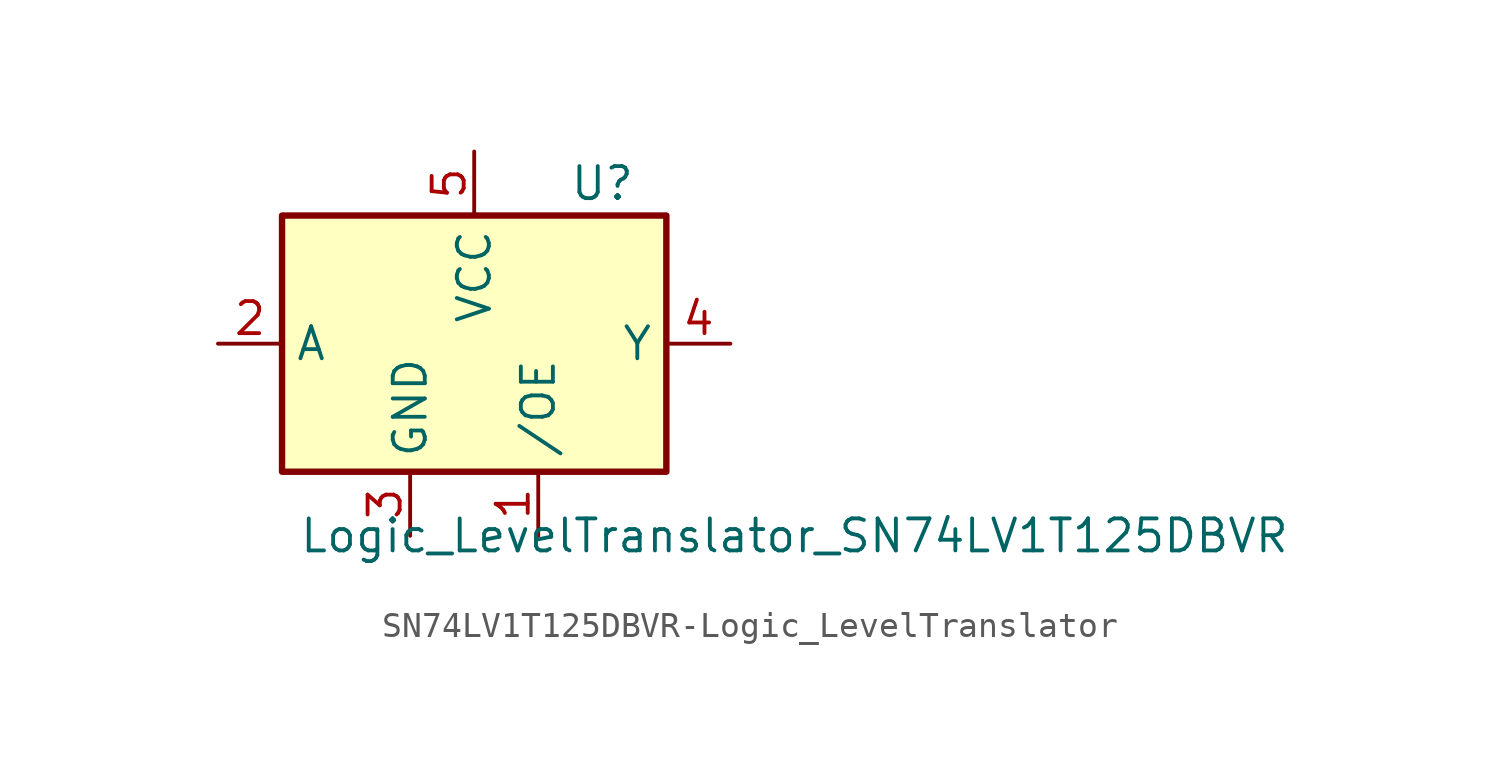
<source format=kicad_sym>
(kicad_symbol_lib
  (version 20231120)
  (generator "kicad_symbol_editor")
  (generator_version "8.0")
  (symbol "SN74LV1T125DBVR-Logic_LevelTranslator"
    (property "Reference" "U"
      (at 5.08 6.35 0)
      (effects (font (size 1.27 1.27))))
    (property "Value" "Logic_LevelTranslator_SN74LV1T125DBVR"
      (at 12.7 -7.62 0)
      (effects (font (size 1.27 1.27))))
    (symbol "SN74LV1T125DBVR-Logic_LevelTranslator_0_1"
      (rectangle (start -7.62 -5.08) (end 7.62 5.08) (stroke (width 0.254) (type solid)) (fill (type background)))
      (pin input line (at 2.54 -7.62 90) (length 2.54) (name "/OE" (effects (font (size 1.27 1.27)))) (number "1" (effects (font (size 1.27 1.27)))))
      (pin input line (at -10.16 0 0) (length 2.54) (name "A" (effects (font (size 1.27 1.27)))) (number "2" (effects (font (size 1.27 1.27)))))
      (pin power_in line (at -2.54 -7.62 90) (length 2.54) (name "GND" (effects (font (size 1.27 1.27)))) (number "3" (effects (font (size 1.27 1.27)))))
      (pin output line (at 10.16 0 180) (length 2.54) (name "Y" (effects (font (size 1.27 1.27)))) (number "4" (effects (font (size 1.27 1.27)))))
      (pin power_in line (at 0 7.62 270) (length 2.54) (name "VCC" (effects (font (size 1.27 1.27)))) (number "5" (effects (font (size 1.27 1.27))))))))
</source>
